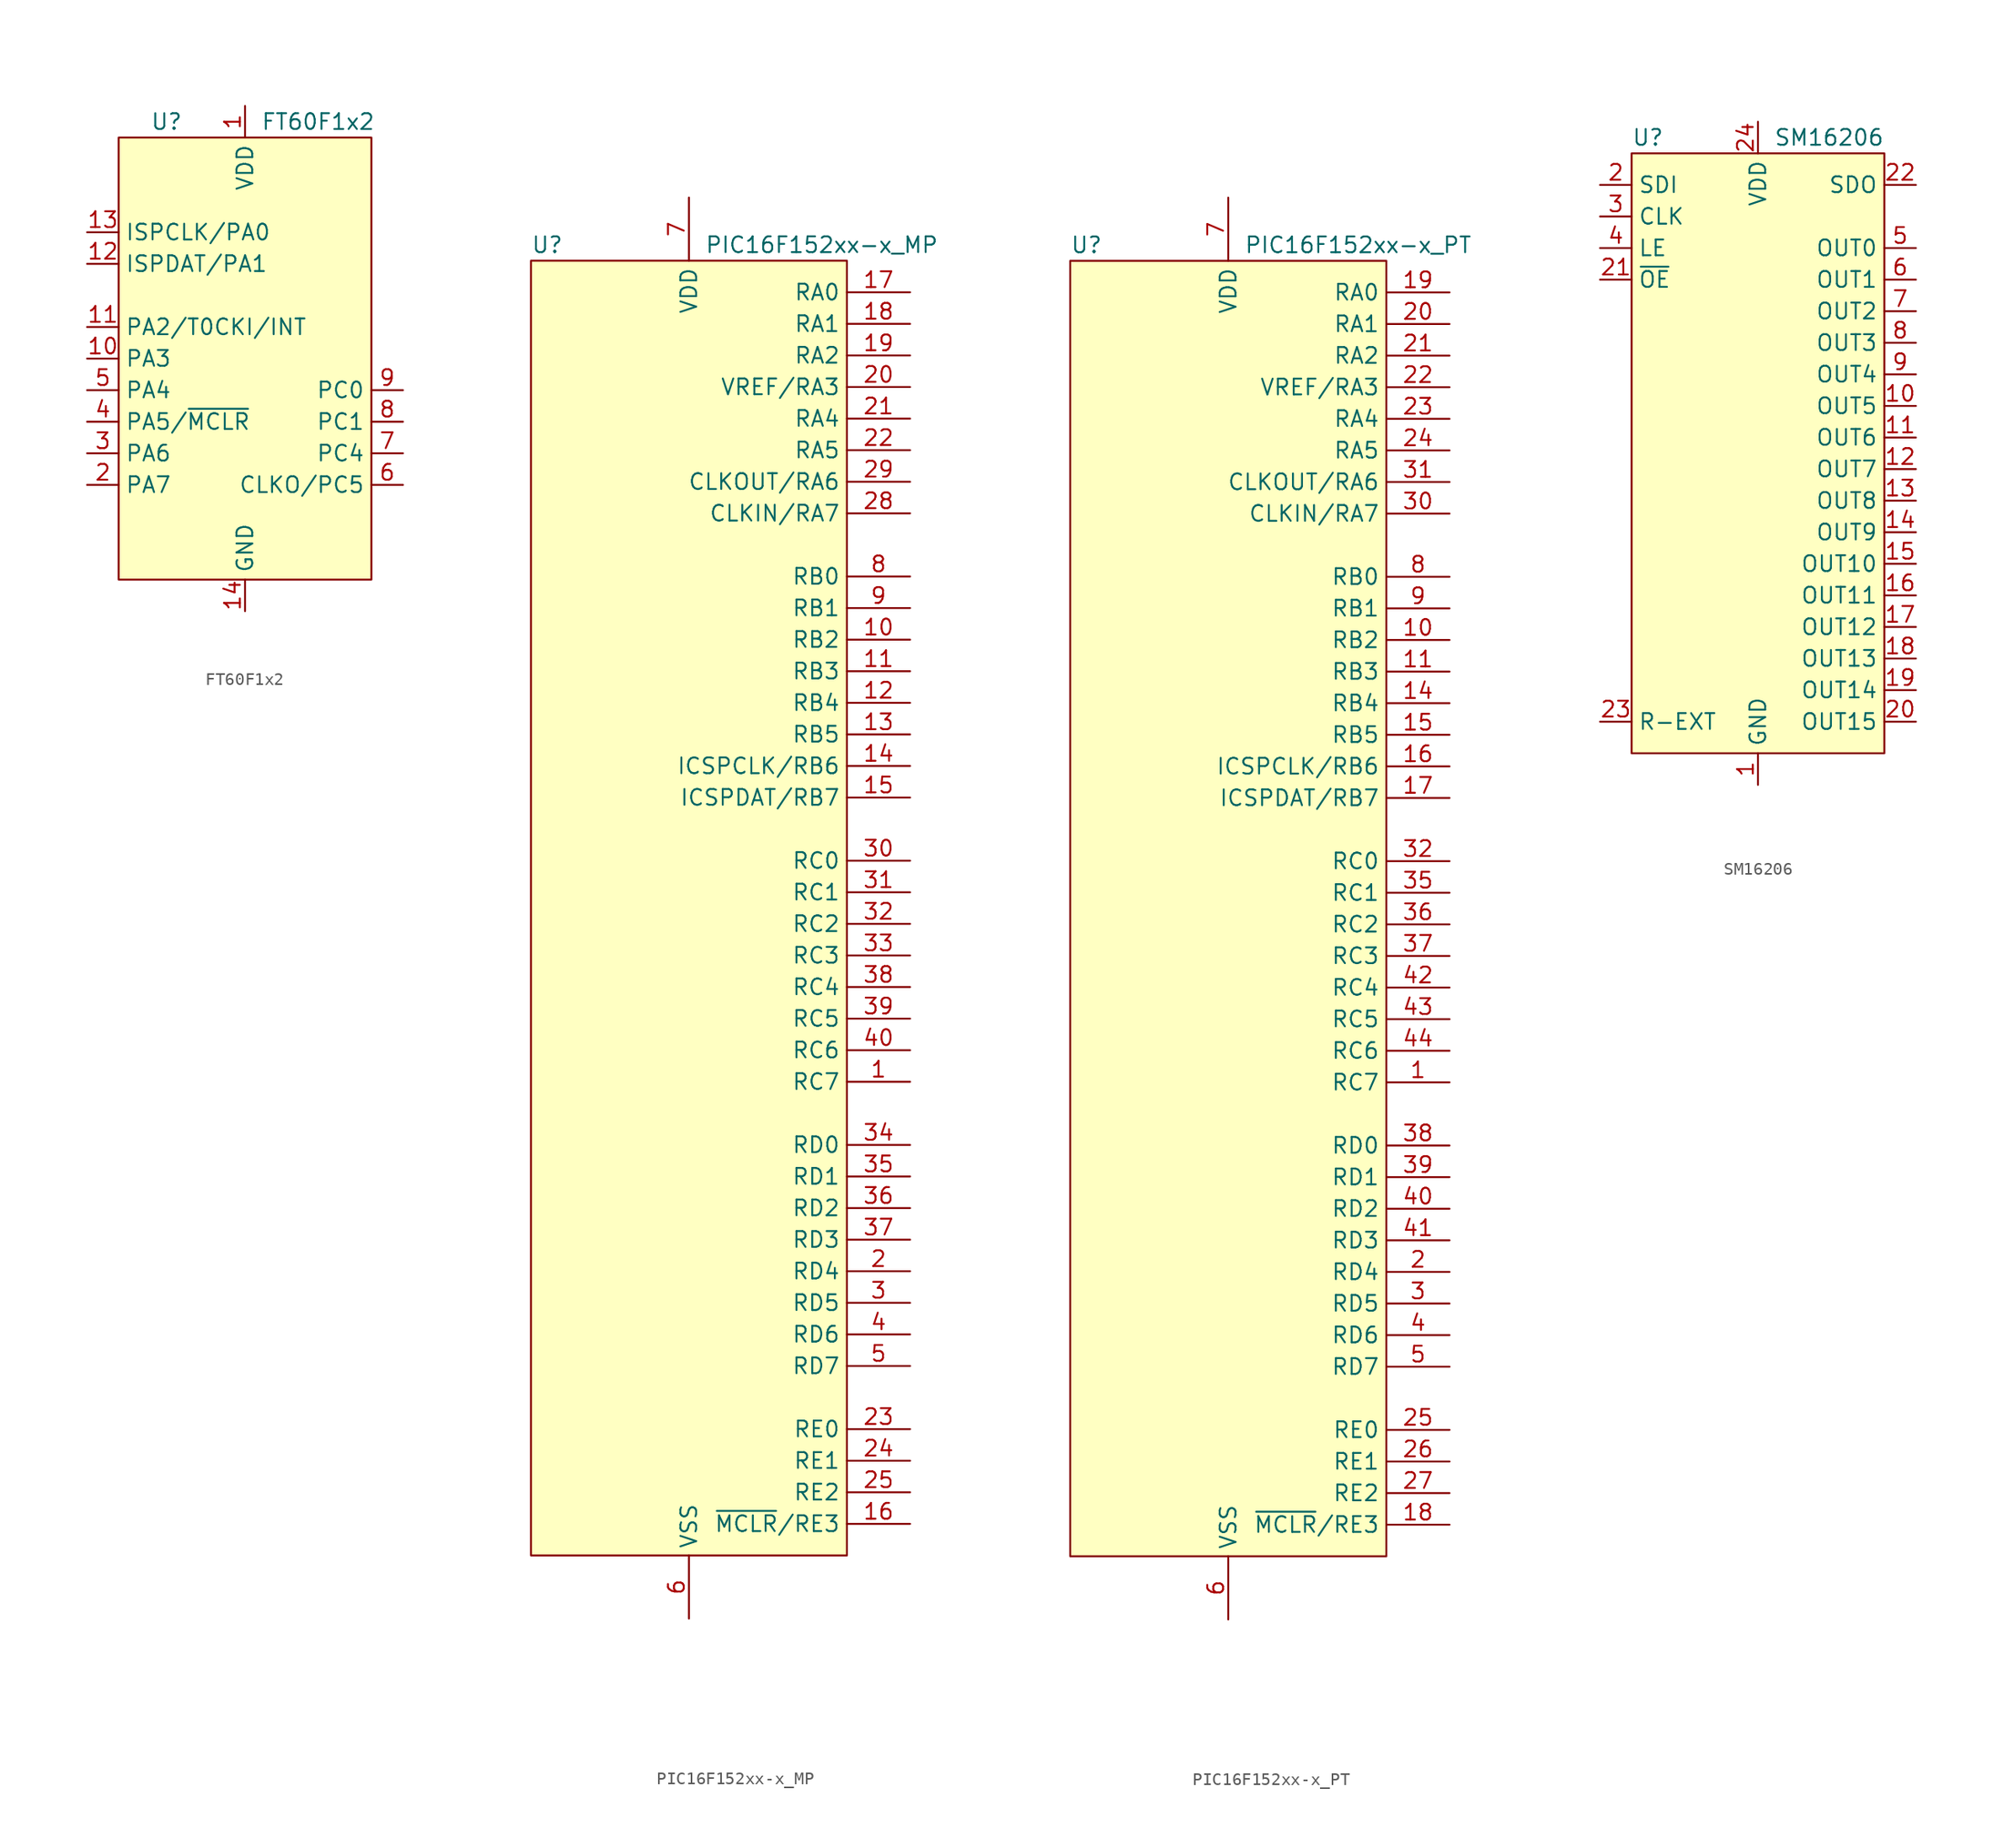
<source format=kicad_sym>
(kicad_symbol_lib
  (version 20211014)
  (generator kicad_symbol_editor)
  (symbol "FT60F1x2"
    (property "Reference" "U"
      (at -7.62 19.05 0)
      (effects (font (size 1.27 1.27)) (justify left)))
    (property "Value" "FT60F1x2"
      (at 1.27 19.05 0)
      (effects (font (size 1.27 1.27)) (justify left)))
    (symbol "FT60F1x2_0_1"
      (rectangle (start -10.16 17.78) (end 10.16 -17.78) (stroke (width 0) (type default) (color 0 0 0 0)) (fill (type background))))
    (symbol "FT60F1x2_1_1"
      (pin power_in line (at 0 20.32 270) (length 2.54) (name "VDD" (effects (font (size 1.27 1.27)))) (number "1" (effects (font (size 1.27 1.27)))))
      (pin bidirectional line (at -12.7 0 0) (length 2.54) (name "PA3" (effects (font (size 1.27 1.27)))) (number "10" (effects (font (size 1.27 1.27)))))
      (pin bidirectional line (at -12.7 2.54 0) (length 2.54) (name "PA2/T0CKI/INT" (effects (font (size 1.27 1.27)))) (number "11" (effects (font (size 1.27 1.27)))))
      (pin bidirectional line (at -12.7 7.62 0) (length 2.54) (name "ISPDAT/PA1" (effects (font (size 1.27 1.27)))) (number "12" (effects (font (size 1.27 1.27)))))
      (pin bidirectional line (at -12.7 10.16 0) (length 2.54) (name "ISPCLK/PA0" (effects (font (size 1.27 1.27)))) (number "13" (effects (font (size 1.27 1.27)))))
      (pin power_in line (at 0 -20.32 90) (length 2.54) (name "GND" (effects (font (size 1.27 1.27)))) (number "14" (effects (font (size 1.27 1.27)))))
      (pin bidirectional line (at -12.7 -10.16 0) (length 2.54) (name "PA7" (effects (font (size 1.27 1.27)))) (number "2" (effects (font (size 1.27 1.27)))))
      (pin bidirectional line (at -12.7 -7.62 0) (length 2.54) (name "PA6" (effects (font (size 1.27 1.27)))) (number "3" (effects (font (size 1.27 1.27)))))
      (pin bidirectional line (at -12.7 -5.08 0) (length 2.54) (name "PA5/~{MCLR}" (effects (font (size 1.27 1.27)))) (number "4" (effects (font (size 1.27 1.27)))))
      (pin bidirectional line (at -12.7 -2.54 0) (length 2.54) (name "PA4" (effects (font (size 1.27 1.27)))) (number "5" (effects (font (size 1.27 1.27)))))
      (pin bidirectional line (at 12.7 -10.16 180) (length 2.54) (name "CLKO/PC5" (effects (font (size 1.27 1.27)))) (number "6" (effects (font (size 1.27 1.27)))))
      (pin bidirectional line (at 12.7 -7.62 180) (length 2.54) (name "PC4" (effects (font (size 1.27 1.27)))) (number "7" (effects (font (size 1.27 1.27)))))
      (pin bidirectional line (at 12.7 -5.08 180) (length 2.54) (name "PC1" (effects (font (size 1.27 1.27)))) (number "8" (effects (font (size 1.27 1.27)))))
      (pin bidirectional line (at 12.7 -2.54 180) (length 2.54) (name "PC0" (effects (font (size 1.27 1.27)))) (number "9" (effects (font (size 1.27 1.27)))))))
  (symbol "PIC16F152xx-x_MP"
    (property "Reference" "U"
      (at -12.7 46.99 0)
      (effects (font (size 1.27 1.27)) (justify left)))
    (property "Value" "PIC16F152xx-x_MP"
      (at 1.27 46.99 0)
      (effects (font (size 1.27 1.27)) (justify left)))
    (symbol "PIC16F152xx-x_MP_0_1"
      (rectangle (start 12.7 45.72) (end -12.7 -58.42) (stroke (width 0) (type default) (color 0 0 0 0)) (fill (type background))))
    (symbol "PIC16F152xx-x_MP_1_1"
      (pin bidirectional line (at 17.78 -20.32 180) (length 5.08) (name "RC7" (effects (font (size 1.27 1.27)))) (number "1" (effects (font (size 1.27 1.27)))))
      (pin bidirectional line (at 17.78 15.24 180) (length 5.08) (name "RB2" (effects (font (size 1.27 1.27)))) (number "10" (effects (font (size 1.27 1.27)))))
      (pin bidirectional line (at 17.78 12.7 180) (length 5.08) (name "RB3" (effects (font (size 1.27 1.27)))) (number "11" (effects (font (size 1.27 1.27)))))
      (pin bidirectional line (at 17.78 10.16 180) (length 5.08) (name "RB4" (effects (font (size 1.27 1.27)))) (number "12" (effects (font (size 1.27 1.27)))))
      (pin bidirectional line (at 17.78 7.62 180) (length 5.08) (name "RB5" (effects (font (size 1.27 1.27)))) (number "13" (effects (font (size 1.27 1.27)))))
      (pin bidirectional line (at 17.78 5.08 180) (length 5.08) (name "ICSPCLK/RB6" (effects (font (size 1.27 1.27)))) (number "14" (effects (font (size 1.27 1.27)))))
      (pin bidirectional line (at 17.78 2.54 180) (length 5.08) (name "ICSPDAT/RB7" (effects (font (size 1.27 1.27)))) (number "15" (effects (font (size 1.27 1.27)))))
      (pin bidirectional line (at 17.78 -55.88 180) (length 5.08) (name "~{MCLR}/RE3" (effects (font (size 1.27 1.27)))) (number "16" (effects (font (size 1.27 1.27)))))
      (pin bidirectional line (at 17.78 43.18 180) (length 5.08) (name "RA0" (effects (font (size 1.27 1.27)))) (number "17" (effects (font (size 1.27 1.27)))))
      (pin bidirectional line (at 17.78 40.64 180) (length 5.08) (name "RA1" (effects (font (size 1.27 1.27)))) (number "18" (effects (font (size 1.27 1.27)))))
      (pin bidirectional line (at 17.78 38.1 180) (length 5.08) (name "RA2" (effects (font (size 1.27 1.27)))) (number "19" (effects (font (size 1.27 1.27)))))
      (pin bidirectional line (at 17.78 -35.56 180) (length 5.08) (name "RD4" (effects (font (size 1.27 1.27)))) (number "2" (effects (font (size 1.27 1.27)))))
      (pin bidirectional line (at 17.78 35.56 180) (length 5.08) (name "VREF/RA3" (effects (font (size 1.27 1.27)))) (number "20" (effects (font (size 1.27 1.27)))))
      (pin bidirectional line (at 17.78 33.02 180) (length 5.08) (name "RA4" (effects (font (size 1.27 1.27)))) (number "21" (effects (font (size 1.27 1.27)))))
      (pin bidirectional line (at 17.78 30.48 180) (length 5.08) (name "RA5" (effects (font (size 1.27 1.27)))) (number "22" (effects (font (size 1.27 1.27)))))
      (pin bidirectional line (at 17.78 -48.26 180) (length 5.08) (name "RE0" (effects (font (size 1.27 1.27)))) (number "23" (effects (font (size 1.27 1.27)))))
      (pin bidirectional line (at 17.78 -50.8 180) (length 5.08) (name "RE1" (effects (font (size 1.27 1.27)))) (number "24" (effects (font (size 1.27 1.27)))))
      (pin bidirectional line (at 17.78 -53.34 180) (length 5.08) (name "RE2" (effects (font (size 1.27 1.27)))) (number "25" (effects (font (size 1.27 1.27)))))
      (pin passive line (at 0 50.8 270) (length 5.08) hide (name "VDD" (effects (font (size 1.27 1.27)))) (number "26" (effects (font (size 1.27 1.27)))))
      (pin passive line (at 0 -63.5 90) (length 5.08) hide (name "VSS" (effects (font (size 1.27 1.27)))) (number "27" (effects (font (size 1.27 1.27)))))
      (pin bidirectional line (at 17.78 25.4 180) (length 5.08) (name "CLKIN/RA7" (effects (font (size 1.27 1.27)))) (number "28" (effects (font (size 1.27 1.27)))))
      (pin bidirectional line (at 17.78 27.94 180) (length 5.08) (name "CLKOUT/RA6" (effects (font (size 1.27 1.27)))) (number "29" (effects (font (size 1.27 1.27)))))
      (pin bidirectional line (at 17.78 -38.1 180) (length 5.08) (name "RD5" (effects (font (size 1.27 1.27)))) (number "3" (effects (font (size 1.27 1.27)))))
      (pin bidirectional line (at 17.78 -2.54 180) (length 5.08) (name "RC0" (effects (font (size 1.27 1.27)))) (number "30" (effects (font (size 1.27 1.27)))))
      (pin bidirectional line (at 17.78 -5.08 180) (length 5.08) (name "RC1" (effects (font (size 1.27 1.27)))) (number "31" (effects (font (size 1.27 1.27)))))
      (pin bidirectional line (at 17.78 -7.62 180) (length 5.08) (name "RC2" (effects (font (size 1.27 1.27)))) (number "32" (effects (font (size 1.27 1.27)))))
      (pin bidirectional line (at 17.78 -10.16 180) (length 5.08) (name "RC3" (effects (font (size 1.27 1.27)))) (number "33" (effects (font (size 1.27 1.27)))))
      (pin bidirectional line (at 17.78 -25.4 180) (length 5.08) (name "RD0" (effects (font (size 1.27 1.27)))) (number "34" (effects (font (size 1.27 1.27)))))
      (pin bidirectional line (at 17.78 -27.94 180) (length 5.08) (name "RD1" (effects (font (size 1.27 1.27)))) (number "35" (effects (font (size 1.27 1.27)))))
      (pin bidirectional line (at 17.78 -30.48 180) (length 5.08) (name "RD2" (effects (font (size 1.27 1.27)))) (number "36" (effects (font (size 1.27 1.27)))))
      (pin bidirectional line (at 17.78 -33.02 180) (length 5.08) (name "RD3" (effects (font (size 1.27 1.27)))) (number "37" (effects (font (size 1.27 1.27)))))
      (pin bidirectional line (at 17.78 -12.7 180) (length 5.08) (name "RC4" (effects (font (size 1.27 1.27)))) (number "38" (effects (font (size 1.27 1.27)))))
      (pin bidirectional line (at 17.78 -15.24 180) (length 5.08) (name "RC5" (effects (font (size 1.27 1.27)))) (number "39" (effects (font (size 1.27 1.27)))))
      (pin bidirectional line (at 17.78 -40.64 180) (length 5.08) (name "RD6" (effects (font (size 1.27 1.27)))) (number "4" (effects (font (size 1.27 1.27)))))
      (pin bidirectional line (at 17.78 -17.78 180) (length 5.08) (name "RC6" (effects (font (size 1.27 1.27)))) (number "40" (effects (font (size 1.27 1.27)))))
      (pin passive line (at 0 -63.5 90) (length 5.08) hide (name "VSS" (effects (font (size 1.27 1.27)))) (number "41" (effects (font (size 1.27 1.27)))))
      (pin bidirectional line (at 17.78 -43.18 180) (length 5.08) (name "RD7" (effects (font (size 1.27 1.27)))) (number "5" (effects (font (size 1.27 1.27)))))
      (pin power_in line (at 0 -63.5 90) (length 5.08) (name "VSS" (effects (font (size 1.27 1.27)))) (number "6" (effects (font (size 1.27 1.27)))))
      (pin power_in line (at 0 50.8 270) (length 5.08) (name "VDD" (effects (font (size 1.27 1.27)))) (number "7" (effects (font (size 1.27 1.27)))))
      (pin bidirectional line (at 17.78 20.32 180) (length 5.08) (name "RB0" (effects (font (size 1.27 1.27)))) (number "8" (effects (font (size 1.27 1.27)))))
      (pin bidirectional line (at 17.78 17.78 180) (length 5.08) (name "RB1" (effects (font (size 1.27 1.27)))) (number "9" (effects (font (size 1.27 1.27)))))))
  (symbol "PIC16F152xx-x_PT"
    (property "Reference" "U"
      (at -12.7 46.99 0)
      (effects (font (size 1.27 1.27)) (justify left)))
    (property "Value" "PIC16F152xx-x_PT"
      (at 1.27 46.99 0)
      (effects (font (size 1.27 1.27)) (justify left)))
    (symbol "PIC16F152xx-x_PT_0_1"
      (rectangle (start 12.7 45.72) (end -12.7 -58.42) (stroke (width 0) (type default) (color 0 0 0 0)) (fill (type background))))
    (symbol "PIC16F152xx-x_PT_1_1"
      (pin bidirectional line (at 17.78 -20.32 180) (length 5.08) (name "RC7" (effects (font (size 1.27 1.27)))) (number "1" (effects (font (size 1.27 1.27)))))
      (pin bidirectional line (at 17.78 15.24 180) (length 5.08) (name "RB2" (effects (font (size 1.27 1.27)))) (number "10" (effects (font (size 1.27 1.27)))))
      (pin bidirectional line (at 17.78 12.7 180) (length 5.08) (name "RB3" (effects (font (size 1.27 1.27)))) (number "11" (effects (font (size 1.27 1.27)))))
      (pin bidirectional line (at 17.78 10.16 180) (length 5.08) (name "RB4" (effects (font (size 1.27 1.27)))) (number "14" (effects (font (size 1.27 1.27)))))
      (pin bidirectional line (at 17.78 7.62 180) (length 5.08) (name "RB5" (effects (font (size 1.27 1.27)))) (number "15" (effects (font (size 1.27 1.27)))))
      (pin bidirectional line (at 17.78 5.08 180) (length 5.08) (name "ICSPCLK/RB6" (effects (font (size 1.27 1.27)))) (number "16" (effects (font (size 1.27 1.27)))))
      (pin bidirectional line (at 17.78 2.54 180) (length 5.08) (name "ICSPDAT/RB7" (effects (font (size 1.27 1.27)))) (number "17" (effects (font (size 1.27 1.27)))))
      (pin bidirectional line (at 17.78 -55.88 180) (length 5.08) (name "~{MCLR}/RE3" (effects (font (size 1.27 1.27)))) (number "18" (effects (font (size 1.27 1.27)))))
      (pin bidirectional line (at 17.78 43.18 180) (length 5.08) (name "RA0" (effects (font (size 1.27 1.27)))) (number "19" (effects (font (size 1.27 1.27)))))
      (pin bidirectional line (at 17.78 -35.56 180) (length 5.08) (name "RD4" (effects (font (size 1.27 1.27)))) (number "2" (effects (font (size 1.27 1.27)))))
      (pin bidirectional line (at 17.78 40.64 180) (length 5.08) (name "RA1" (effects (font (size 1.27 1.27)))) (number "20" (effects (font (size 1.27 1.27)))))
      (pin bidirectional line (at 17.78 38.1 180) (length 5.08) (name "RA2" (effects (font (size 1.27 1.27)))) (number "21" (effects (font (size 1.27 1.27)))))
      (pin bidirectional line (at 17.78 35.56 180) (length 5.08) (name "VREF/RA3" (effects (font (size 1.27 1.27)))) (number "22" (effects (font (size 1.27 1.27)))))
      (pin bidirectional line (at 17.78 33.02 180) (length 5.08) (name "RA4" (effects (font (size 1.27 1.27)))) (number "23" (effects (font (size 1.27 1.27)))))
      (pin bidirectional line (at 17.78 30.48 180) (length 5.08) (name "RA5" (effects (font (size 1.27 1.27)))) (number "24" (effects (font (size 1.27 1.27)))))
      (pin bidirectional line (at 17.78 -48.26 180) (length 5.08) (name "RE0" (effects (font (size 1.27 1.27)))) (number "25" (effects (font (size 1.27 1.27)))))
      (pin bidirectional line (at 17.78 -50.8 180) (length 5.08) (name "RE1" (effects (font (size 1.27 1.27)))) (number "26" (effects (font (size 1.27 1.27)))))
      (pin bidirectional line (at 17.78 -53.34 180) (length 5.08) (name "RE2" (effects (font (size 1.27 1.27)))) (number "27" (effects (font (size 1.27 1.27)))))
      (pin passive line (at 0 50.8 270) (length 5.08) hide (name "VDD" (effects (font (size 1.27 1.27)))) (number "28" (effects (font (size 1.27 1.27)))))
      (pin passive line (at 0 -63.5 90) (length 5.08) hide (name "VSS" (effects (font (size 1.27 1.27)))) (number "29" (effects (font (size 1.27 1.27)))))
      (pin bidirectional line (at 17.78 -38.1 180) (length 5.08) (name "RD5" (effects (font (size 1.27 1.27)))) (number "3" (effects (font (size 1.27 1.27)))))
      (pin bidirectional line (at 17.78 25.4 180) (length 5.08) (name "CLKIN/RA7" (effects (font (size 1.27 1.27)))) (number "30" (effects (font (size 1.27 1.27)))))
      (pin bidirectional line (at 17.78 27.94 180) (length 5.08) (name "CLKOUT/RA6" (effects (font (size 1.27 1.27)))) (number "31" (effects (font (size 1.27 1.27)))))
      (pin bidirectional line (at 17.78 -2.54 180) (length 5.08) (name "RC0" (effects (font (size 1.27 1.27)))) (number "32" (effects (font (size 1.27 1.27)))))
      (pin bidirectional line (at 17.78 -5.08 180) (length 5.08) (name "RC1" (effects (font (size 1.27 1.27)))) (number "35" (effects (font (size 1.27 1.27)))))
      (pin bidirectional line (at 17.78 -7.62 180) (length 5.08) (name "RC2" (effects (font (size 1.27 1.27)))) (number "36" (effects (font (size 1.27 1.27)))))
      (pin bidirectional line (at 17.78 -10.16 180) (length 5.08) (name "RC3" (effects (font (size 1.27 1.27)))) (number "37" (effects (font (size 1.27 1.27)))))
      (pin bidirectional line (at 17.78 -25.4 180) (length 5.08) (name "RD0" (effects (font (size 1.27 1.27)))) (number "38" (effects (font (size 1.27 1.27)))))
      (pin bidirectional line (at 17.78 -27.94 180) (length 5.08) (name "RD1" (effects (font (size 1.27 1.27)))) (number "39" (effects (font (size 1.27 1.27)))))
      (pin bidirectional line (at 17.78 -40.64 180) (length 5.08) (name "RD6" (effects (font (size 1.27 1.27)))) (number "4" (effects (font (size 1.27 1.27)))))
      (pin bidirectional line (at 17.78 -30.48 180) (length 5.08) (name "RD2" (effects (font (size 1.27 1.27)))) (number "40" (effects (font (size 1.27 1.27)))))
      (pin bidirectional line (at 17.78 -33.02 180) (length 5.08) (name "RD3" (effects (font (size 1.27 1.27)))) (number "41" (effects (font (size 1.27 1.27)))))
      (pin bidirectional line (at 17.78 -12.7 180) (length 5.08) (name "RC4" (effects (font (size 1.27 1.27)))) (number "42" (effects (font (size 1.27 1.27)))))
      (pin bidirectional line (at 17.78 -15.24 180) (length 5.08) (name "RC5" (effects (font (size 1.27 1.27)))) (number "43" (effects (font (size 1.27 1.27)))))
      (pin bidirectional line (at 17.78 -17.78 180) (length 5.08) (name "RC6" (effects (font (size 1.27 1.27)))) (number "44" (effects (font (size 1.27 1.27)))))
      (pin bidirectional line (at 17.78 -43.18 180) (length 5.08) (name "RD7" (effects (font (size 1.27 1.27)))) (number "5" (effects (font (size 1.27 1.27)))))
      (pin power_in line (at 0 -63.5 90) (length 5.08) (name "VSS" (effects (font (size 1.27 1.27)))) (number "6" (effects (font (size 1.27 1.27)))))
      (pin power_in line (at 0 50.8 270) (length 5.08) (name "VDD" (effects (font (size 1.27 1.27)))) (number "7" (effects (font (size 1.27 1.27)))))
      (pin bidirectional line (at 17.78 20.32 180) (length 5.08) (name "RB0" (effects (font (size 1.27 1.27)))) (number "8" (effects (font (size 1.27 1.27)))))
      (pin bidirectional line (at 17.78 17.78 180) (length 5.08) (name "RB1" (effects (font (size 1.27 1.27)))) (number "9" (effects (font (size 1.27 1.27)))))))
  (symbol "SM16206"
    (property "Reference" "U"
      (at -10.16 26.67 0)
      (effects (font (size 1.27 1.27)) (justify left)))
    (property "Value" "SM16206"
      (at 1.27 26.67 0)
      (effects (font (size 1.27 1.27)) (justify left)))
    (symbol "SM16206_0_1"
      (rectangle (start -10.16 25.4) (end 10.16 -22.86) (stroke (width 0) (type default) (color 0 0 0 0)) (fill (type background))))
    (symbol "SM16206_1_1"
      (pin power_in line (at 0 -25.4 90) (length 2.54) (name "GND" (effects (font (size 1.27 1.27)))) (number "1" (effects (font (size 1.27 1.27)))))
      (pin output line (at 12.7 5.08 180) (length 2.54) (name "OUT5" (effects (font (size 1.27 1.27)))) (number "10" (effects (font (size 1.27 1.27)))))
      (pin output line (at 12.7 2.54 180) (length 2.54) (name "OUT6" (effects (font (size 1.27 1.27)))) (number "11" (effects (font (size 1.27 1.27)))))
      (pin output line (at 12.7 0 180) (length 2.54) (name "OUT7" (effects (font (size 1.27 1.27)))) (number "12" (effects (font (size 1.27 1.27)))))
      (pin output line (at 12.7 -2.54 180) (length 2.54) (name "OUT8" (effects (font (size 1.27 1.27)))) (number "13" (effects (font (size 1.27 1.27)))))
      (pin output line (at 12.7 -5.08 180) (length 2.54) (name "OUT9" (effects (font (size 1.27 1.27)))) (number "14" (effects (font (size 1.27 1.27)))))
      (pin output line (at 12.7 -7.62 180) (length 2.54) (name "OUT10" (effects (font (size 1.27 1.27)))) (number "15" (effects (font (size 1.27 1.27)))))
      (pin output line (at 12.7 -10.16 180) (length 2.54) (name "OUT11" (effects (font (size 1.27 1.27)))) (number "16" (effects (font (size 1.27 1.27)))))
      (pin output line (at 12.7 -12.7 180) (length 2.54) (name "OUT12" (effects (font (size 1.27 1.27)))) (number "17" (effects (font (size 1.27 1.27)))))
      (pin output line (at 12.7 -15.24 180) (length 2.54) (name "OUT13" (effects (font (size 1.27 1.27)))) (number "18" (effects (font (size 1.27 1.27)))))
      (pin output line (at 12.7 -17.78 180) (length 2.54) (name "OUT14" (effects (font (size 1.27 1.27)))) (number "19" (effects (font (size 1.27 1.27)))))
      (pin input line (at -12.7 22.86 0) (length 2.54) (name "SDI" (effects (font (size 1.27 1.27)))) (number "2" (effects (font (size 1.27 1.27)))))
      (pin output line (at 12.7 -20.32 180) (length 2.54) (name "OUT15" (effects (font (size 1.27 1.27)))) (number "20" (effects (font (size 1.27 1.27)))))
      (pin input line (at -12.7 15.24 0) (length 2.54) (name "~{OE}" (effects (font (size 1.27 1.27)))) (number "21" (effects (font (size 1.27 1.27)))))
      (pin output line (at 12.7 22.86 180) (length 2.54) (name "SDO" (effects (font (size 1.27 1.27)))) (number "22" (effects (font (size 1.27 1.27)))))
      (pin passive line (at -12.7 -20.32 0) (length 2.54) (name "R-EXT" (effects (font (size 1.27 1.27)))) (number "23" (effects (font (size 1.27 1.27)))))
      (pin power_in line (at 0 27.94 270) (length 2.54) (name "VDD" (effects (font (size 1.27 1.27)))) (number "24" (effects (font (size 1.27 1.27)))))
      (pin input line (at -12.7 20.32 0) (length 2.54) (name "CLK" (effects (font (size 1.27 1.27)))) (number "3" (effects (font (size 1.27 1.27)))))
      (pin input line (at -12.7 17.78 0) (length 2.54) (name "LE" (effects (font (size 1.27 1.27)))) (number "4" (effects (font (size 1.27 1.27)))))
      (pin output line (at 12.7 17.78 180) (length 2.54) (name "OUT0" (effects (font (size 1.27 1.27)))) (number "5" (effects (font (size 1.27 1.27)))))
      (pin output line (at 12.7 15.24 180) (length 2.54) (name "OUT1" (effects (font (size 1.27 1.27)))) (number "6" (effects (font (size 1.27 1.27)))))
      (pin output line (at 12.7 12.7 180) (length 2.54) (name "OUT2" (effects (font (size 1.27 1.27)))) (number "7" (effects (font (size 1.27 1.27)))))
      (pin output line (at 12.7 10.16 180) (length 2.54) (name "OUT3" (effects (font (size 1.27 1.27)))) (number "8" (effects (font (size 1.27 1.27)))))
      (pin output line (at 12.7 7.62 180) (length 2.54) (name "OUT4" (effects (font (size 1.27 1.27)))) (number "9" (effects (font (size 1.27 1.27))))))))
</source>
